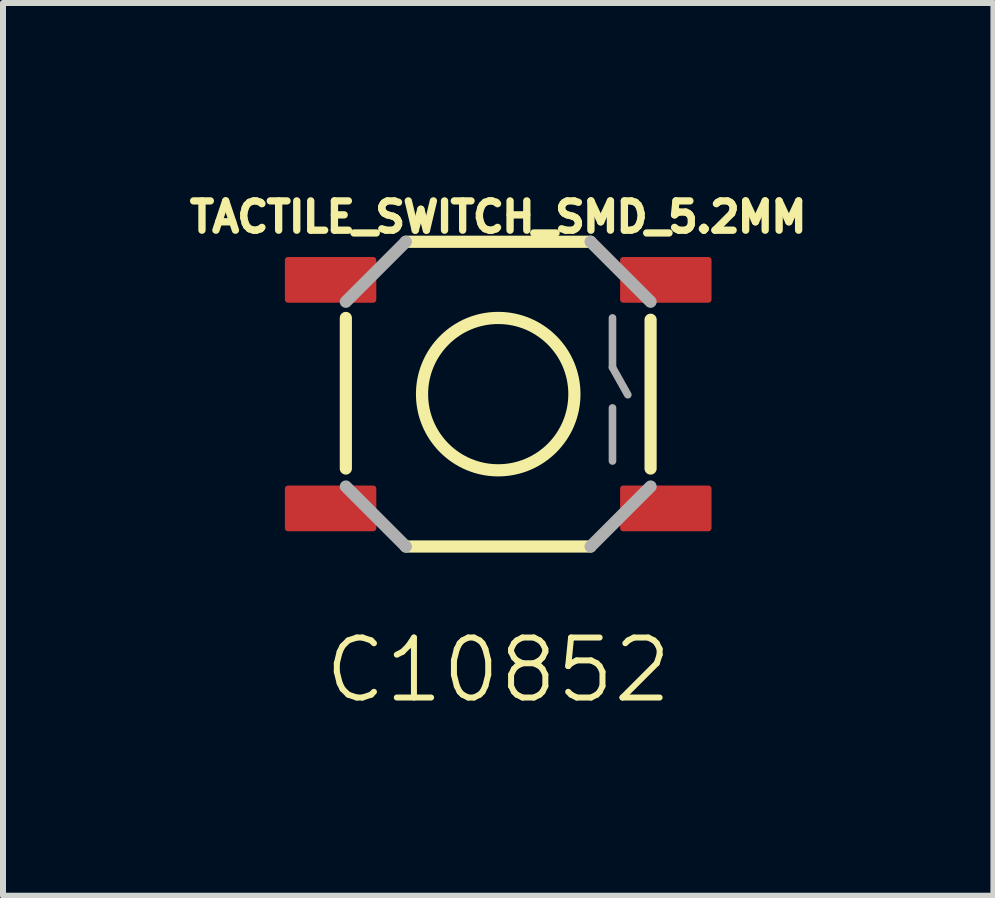
<source format=kicad_pcb>
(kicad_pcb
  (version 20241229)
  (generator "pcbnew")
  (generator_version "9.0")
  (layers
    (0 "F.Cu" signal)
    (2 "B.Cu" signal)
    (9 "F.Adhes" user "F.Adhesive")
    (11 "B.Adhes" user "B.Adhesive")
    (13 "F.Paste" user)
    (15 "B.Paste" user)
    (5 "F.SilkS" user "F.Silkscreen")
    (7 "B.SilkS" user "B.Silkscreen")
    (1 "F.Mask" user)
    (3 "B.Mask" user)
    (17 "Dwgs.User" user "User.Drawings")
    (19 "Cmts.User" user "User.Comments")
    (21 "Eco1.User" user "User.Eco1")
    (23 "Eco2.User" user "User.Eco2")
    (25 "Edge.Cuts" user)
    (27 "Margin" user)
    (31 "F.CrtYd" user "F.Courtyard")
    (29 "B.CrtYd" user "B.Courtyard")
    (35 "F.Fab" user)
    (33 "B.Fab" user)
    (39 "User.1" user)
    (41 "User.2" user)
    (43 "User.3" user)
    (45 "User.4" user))
  (footprint "TACTILE_SWITCH_SMD_5.2MM"
    (layer "F.Cu")
    (at 5.255 3.52)
    (property "Reference" "TACTILE_SWITCH_SMD_5.2MM" (at 0 -2.667 0) (layer "F.SilkS") (effects (font (size 0.488 0.488) (thickness 0.122)) (justify bottom)))
    (property "JLCPCB Part #" "C10852" (at 0 4.6 0) (layer "F.SilkS") (effects (font (size 1 1) (thickness 0.1))))
    (fp_line (start -2.54 1.24) (end -2.54 -1.27) (stroke (width 0.203) (type solid)) (layer "F.SilkS"))
    (fp_line (start -1.54 -2.54) (end 1.54 -2.54) (stroke (width 0.203) (type solid)) (layer "F.SilkS"))
    (fp_line (start 1.54 2.54) (end -1.54 2.54) (stroke (width 0.203) (type solid)) (layer "F.SilkS"))
    (fp_line (start 2.54 -1.24) (end 2.54 1.24) (stroke (width 0.203) (type solid)) (layer "F.SilkS"))
    (fp_circle (center 0 0) (end 1.27 0) (stroke (width 0.203) (type solid)) (fill no) (layer "F.SilkS"))
    (fp_line (start -2.54 -1.54) (end -1.54 -2.54) (stroke (width 0.203) (type solid)) (layer "F.Fab"))
    (fp_line (start -1.54 2.54) (end -2.54 1.54) (stroke (width 0.203) (type solid)) (layer "F.Fab"))
    (fp_line (start 1.54 -2.54) (end 2.54 -1.54) (stroke (width 0.203) (type solid)) (layer "F.Fab"))
    (fp_line (start 1.905 -1.27) (end 1.905 -0.445) (stroke (width 0.127) (type solid)) (layer "F.Fab"))
    (fp_line (start 1.905 -0.445) (end 2.16 0.01) (stroke (width 0.127) (type solid)) (layer "F.Fab"))
    (fp_line (start 1.905 0.23) (end 1.905 1.115) (stroke (width 0.127) (type solid)) (layer "F.Fab"))
    (fp_line (start 2.54 1.54) (end 1.54 2.54) (stroke (width 0.203) (type solid)) (layer "F.Fab"))
    (pad "1" smd roundrect (at -2.794 -1.905 90) (size 0.762 1.524) (layers "F.Cu" "F.Mask" "F.Paste") (roundrect_rratio 0.067))
    (pad "2" smd roundrect (at 2.794 -1.905 90) (size 0.762 1.524) (layers "F.Cu" "F.Mask" "F.Paste") (roundrect_rratio 0.067))
    (pad "3" smd roundrect (at -2.794 1.905 90) (size 0.762 1.524) (layers "F.Cu" "F.Mask" "F.Paste") (roundrect_rratio 0.067))
    (pad "4" smd roundrect (at 2.794 1.905 90) (size 0.762 1.524) (layers "F.Cu" "F.Mask" "F.Paste") (roundrect_rratio 0.067)))
  (gr_rect
    (start -3 -3)
    (end 13.51 11.881)
    (stroke (width 0.1) (type default))
    (fill no)
    (layer "Edge.Cuts")))
</source>
